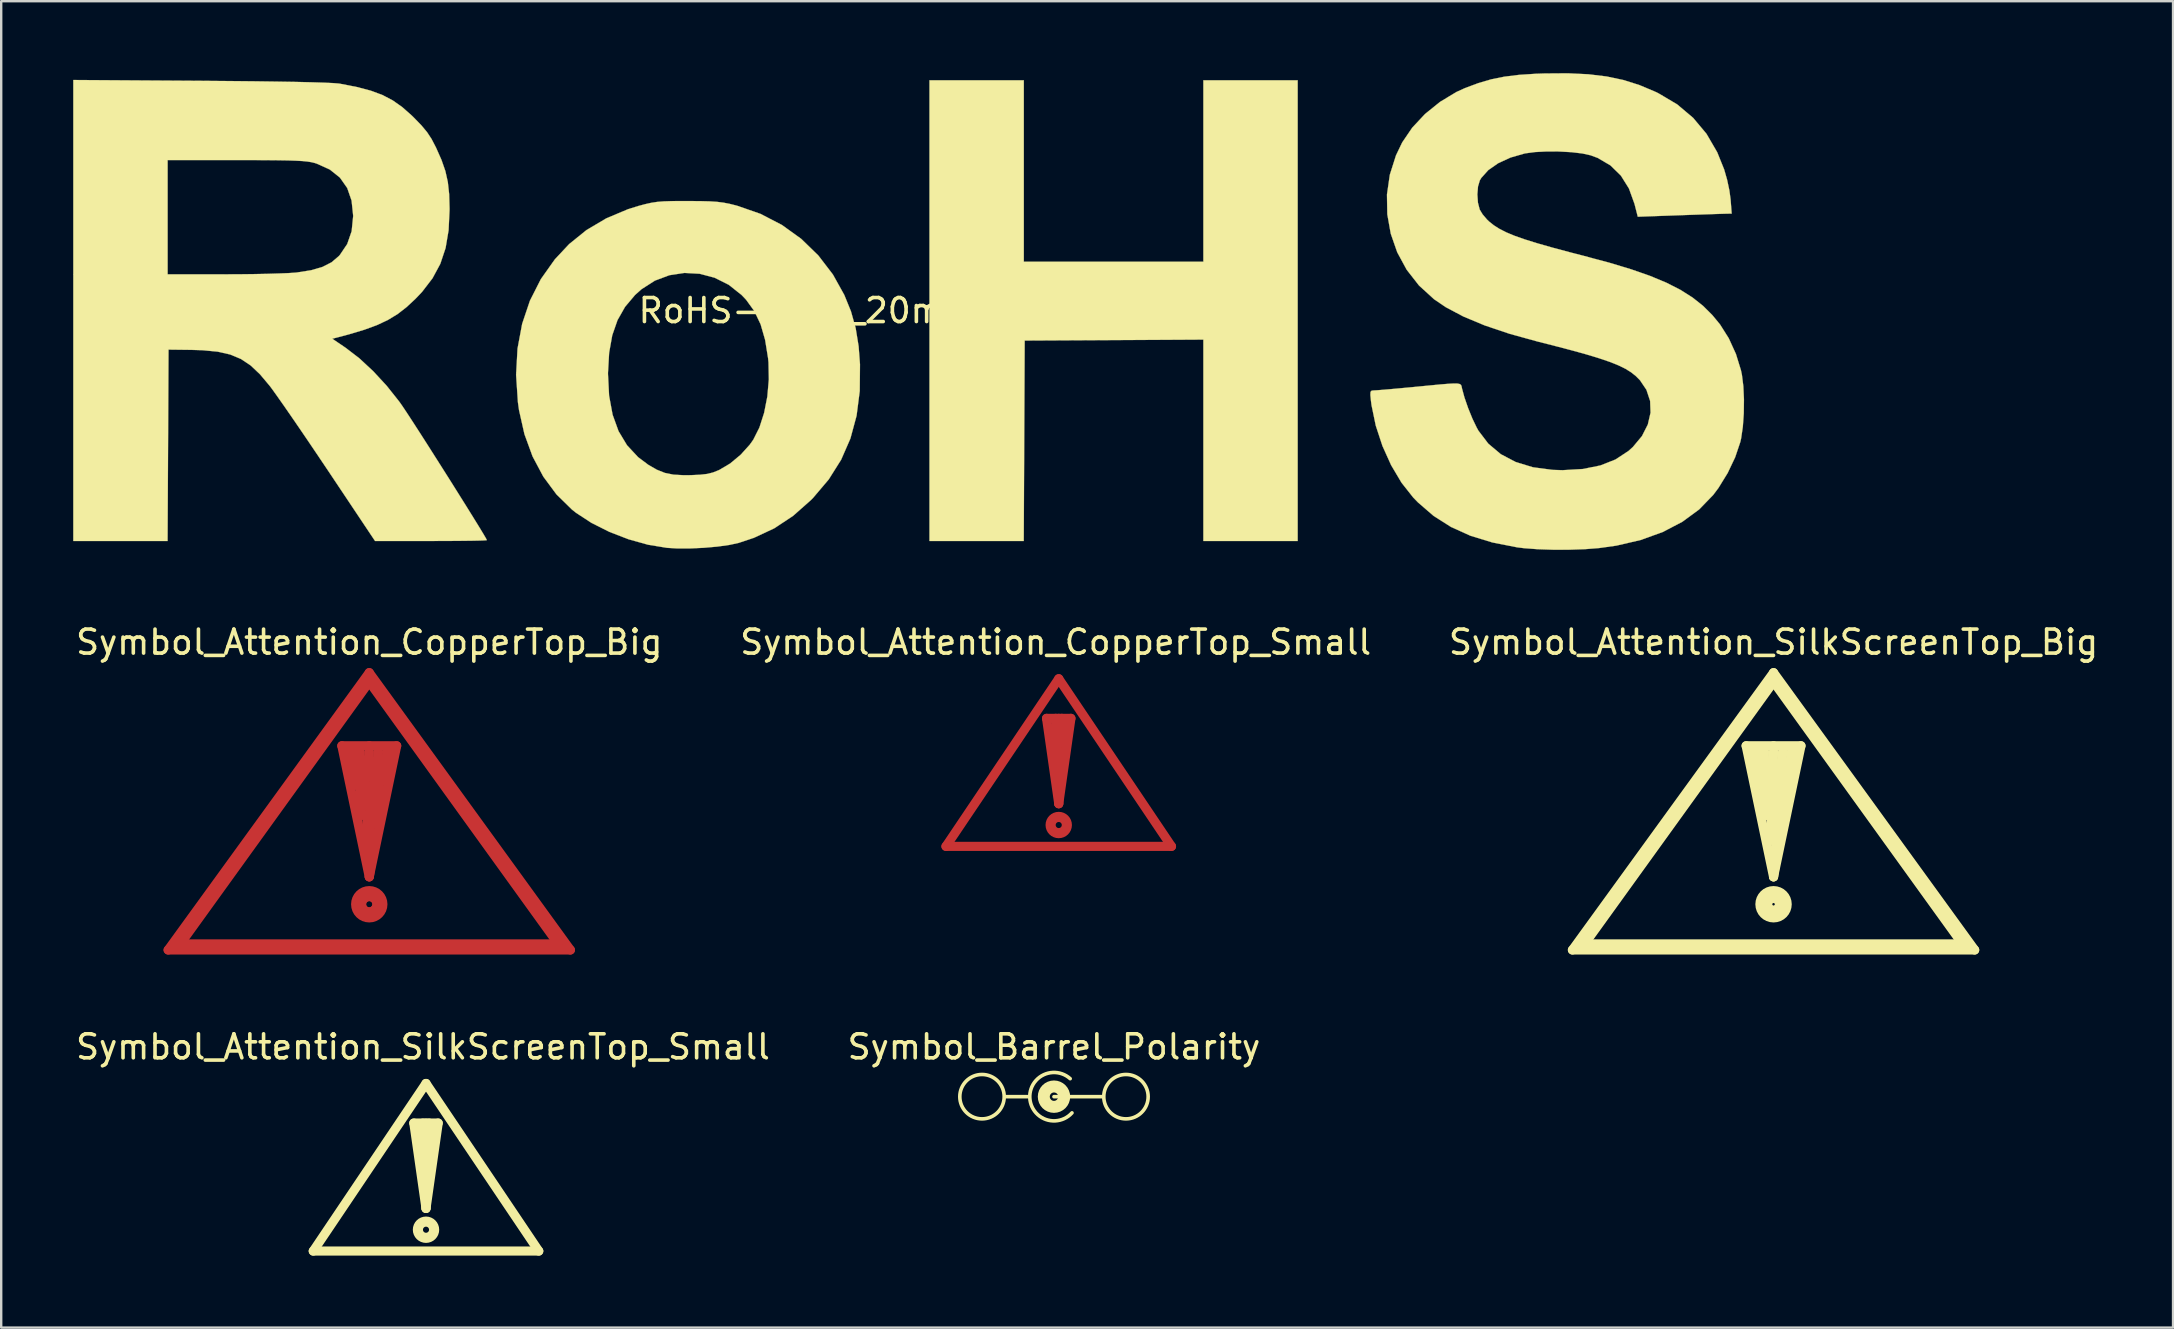
<source format=kicad_pcb>
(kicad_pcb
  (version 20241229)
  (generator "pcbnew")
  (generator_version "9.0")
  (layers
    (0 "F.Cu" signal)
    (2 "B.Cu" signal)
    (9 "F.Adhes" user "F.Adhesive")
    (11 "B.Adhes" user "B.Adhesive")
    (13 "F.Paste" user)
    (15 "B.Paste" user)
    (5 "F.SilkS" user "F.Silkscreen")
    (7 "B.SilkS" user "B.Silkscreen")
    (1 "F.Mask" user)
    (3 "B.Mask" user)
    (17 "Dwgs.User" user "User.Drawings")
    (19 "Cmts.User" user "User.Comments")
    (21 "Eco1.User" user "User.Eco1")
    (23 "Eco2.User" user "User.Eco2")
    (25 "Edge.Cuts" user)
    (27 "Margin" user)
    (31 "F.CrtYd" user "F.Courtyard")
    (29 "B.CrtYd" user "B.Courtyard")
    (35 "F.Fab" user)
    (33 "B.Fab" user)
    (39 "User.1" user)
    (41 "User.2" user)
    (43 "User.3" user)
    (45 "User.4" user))
  (footprint "RoHS-Logo_20mm_SilkScreen"
    (layer "F.Cu")
    (at 34.854 9.895)
    (property "Reference" "RoHS-Logo_20mm_SilkScreen" (at 0 0 0) (layer "F.SilkS") (effects (font (size 1 1) (thickness 0.15))))
    (attr exclude_from_pos_files exclude_from_bom)
    (fp_poly (pts (xy 4.763 -2.041) (xy 12.246 -2.041) (xy 12.246 -9.601) (xy 16.177 -9.601) (xy 16.177 9.601) (xy 12.246 9.601) (xy 12.246 1.208) (xy 8.523 1.228) (xy 4.8 1.247) (xy 4.761 9.601) (xy 0.832 9.601) (xy 0.832 -9.601) (xy 4.763 -9.601) (xy 4.763 -2.041)) (stroke (width 0.01) (type solid)) (fill yes) (layer "F.SilkS"))
    (fp_poly (pts (xy -9.223 -4.566) (xy -8.718 -4.563) (xy -8.329 -4.553) (xy -8.02 -4.533) (xy -7.757 -4.5) (xy -7.503 -4.451) (xy -7.223 -4.381) (xy -7.177 -4.368) (xy -6.21 -4.032) (xy -5.318 -3.57) (xy -4.511 -2.989) (xy -3.8 -2.298) (xy -3.193 -1.506) (xy -2.717 -0.651) (xy -2.44 0.029) (xy -2.244 0.727) (xy -2.121 1.485) (xy -2.064 2.238) (xy -2.074 3.351) (xy -2.206 4.379) (xy -2.463 5.33) (xy -2.849 6.213) (xy -3.366 7.034) (xy -4.017 7.802) (xy -4.117 7.903) (xy -4.854 8.555) (xy -5.636 9.072) (xy -6.488 9.47) (xy -7.119 9.68) (xy -7.513 9.766) (xy -8.012 9.835) (xy -8.571 9.884) (xy -9.143 9.911) (xy -9.683 9.911) (xy -10.108 9.886) (xy -10.897 9.756) (xy -11.711 9.529) (xy -12.508 9.221) (xy -13.25 8.849) (xy -13.895 8.428) (xy -14.067 8.292) (xy -14.713 7.659) (xy -15.262 6.917) (xy -15.709 6.076) (xy -16.048 5.148) (xy -16.274 4.145) (xy -16.32 3.818) (xy -16.396 2.673) (xy -16.394 2.646) (xy -12.566 2.646) (xy -12.52 3.547) (xy -12.374 4.337) (xy -12.126 5.024) (xy -11.772 5.612) (xy -11.311 6.107) (xy -10.886 6.426) (xy -10.532 6.63) (xy -10.199 6.763) (xy -9.839 6.836) (xy -9.406 6.86) (xy -9.109 6.857) (xy -8.72 6.839) (xy -8.432 6.806) (xy -8.195 6.747) (xy -7.958 6.653) (xy -7.921 6.636) (xy -7.473 6.37) (xy -7.034 6.004) (xy -6.655 5.584) (xy -6.51 5.379) (xy -6.256 4.873) (xy -6.059 4.261) (xy -5.925 3.58) (xy -5.863 2.868) (xy -5.877 2.159) (xy -5.894 1.984) (xy -6.018 1.218) (xy -6.205 0.571) (xy -6.466 0.022) (xy -6.809 -0.452) (xy -6.997 -0.65) (xy -7.533 -1.076) (xy -8.122 -1.371) (xy -8.745 -1.536) (xy -9.381 -1.571) (xy -10.01 -1.475) (xy -10.613 -1.249) (xy -11.17 -0.892) (xy -11.441 -0.649) (xy -11.855 -0.157) (xy -12.169 0.396) (xy -12.388 1.027) (xy -12.518 1.752) (xy -12.566 2.59) (xy -12.566 2.646) (xy -16.394 2.646) (xy -16.336 1.582) (xy -16.143 0.55) (xy -15.818 -0.417) (xy -15.363 -1.314) (xy -14.781 -2.136) (xy -14.185 -2.773) (xy -13.461 -3.358) (xy -12.634 -3.847) (xy -11.728 -4.228) (xy -11.295 -4.362) (xy -11.006 -4.439) (xy -10.758 -4.494) (xy -10.514 -4.531) (xy -10.24 -4.553) (xy -9.9 -4.564) (xy -9.461 -4.566) (xy -9.223 -4.566)) (stroke (width 0.01) (type solid)) (fill yes) (layer "F.SilkS"))
    (fp_poly (pts (xy -29.539 -9.577) (xy -28.351 -9.567) (xy -27.29 -9.557) (xy -26.36 -9.544) (xy -25.562 -9.531) (xy -24.901 -9.515) (xy -24.38 -9.499) (xy -24.003 -9.481) (xy -23.773 -9.462) (xy -23.737 -9.456) (xy -23.035 -9.319) (xy -22.455 -9.167) (xy -21.965 -8.985) (xy -21.537 -8.761) (xy -21.139 -8.48) (xy -20.743 -8.129) (xy -20.659 -8.047) (xy -20.34 -7.718) (xy -20.105 -7.435) (xy -19.918 -7.151) (xy -19.744 -6.816) (xy -19.734 -6.797) (xy -19.504 -6.278) (xy -19.343 -5.815) (xy -19.241 -5.358) (xy -19.186 -4.857) (xy -19.169 -4.262) (xy -19.169 -4.196) (xy -19.209 -3.349) (xy -19.334 -2.609) (xy -19.554 -1.95) (xy -19.879 -1.348) (xy -20.317 -0.778) (xy -20.593 -0.488) (xy -20.962 -0.145) (xy -21.332 0.142) (xy -21.729 0.384) (xy -22.179 0.597) (xy -22.711 0.793) (xy -23.349 0.985) (xy -23.802 1.106) (xy -24.056 1.172) (xy -23.5 1.549) (xy -22.934 1.983) (xy -22.35 2.525) (xy -21.784 3.138) (xy -21.269 3.787) (xy -21.193 3.893) (xy -21.063 4.084) (xy -20.874 4.37) (xy -20.637 4.735) (xy -20.36 5.164) (xy -20.055 5.641) (xy -19.731 6.151) (xy -19.398 6.676) (xy -19.066 7.201) (xy -18.746 7.712) (xy -18.446 8.191) (xy -18.178 8.623) (xy -17.95 8.992) (xy -17.774 9.282) (xy -17.658 9.478) (xy -17.614 9.564) (xy -17.614 9.565) (xy -17.686 9.574) (xy -17.892 9.582) (xy -18.212 9.589) (xy -18.629 9.594) (xy -19.124 9.598) (xy -19.679 9.6) (xy -19.944 9.601) (xy -22.274 9.601) (xy -24.205 6.709) (xy -24.622 6.088) (xy -25.031 5.482) (xy -25.422 4.907) (xy -25.783 4.381) (xy -26.103 3.919) (xy -26.37 3.54) (xy -26.572 3.258) (xy -26.665 3.134) (xy -27.066 2.657) (xy -27.455 2.288) (xy -27.862 2.016) (xy -28.313 1.828) (xy -28.838 1.71) (xy -29.462 1.65) (xy -29.931 1.636) (xy -30.881 1.625) (xy -30.9 5.613) (xy -30.92 9.601) (xy -34.849 9.601) (xy -34.849 -6.274) (xy -30.918 -6.274) (xy -30.918 -1.512) (xy -28.556 -1.513) (xy -27.936 -1.515) (xy -27.332 -1.522) (xy -26.77 -1.533) (xy -26.275 -1.548) (xy -25.874 -1.564) (xy -25.59 -1.583) (xy -25.533 -1.589) (xy -24.938 -1.683) (xy -24.465 -1.821) (xy -24.09 -2.012) (xy -23.789 -2.267) (xy -23.743 -2.316) (xy -23.434 -2.775) (xy -23.249 -3.308) (xy -23.187 -3.925) (xy -23.187 -3.969) (xy -23.252 -4.586) (xy -23.434 -5.11) (xy -23.736 -5.541) (xy -24.157 -5.878) (xy -24.698 -6.123) (xy -24.797 -6.155) (xy -24.926 -6.186) (xy -25.087 -6.212) (xy -25.295 -6.233) (xy -25.567 -6.248) (xy -25.918 -6.26) (xy -26.364 -6.267) (xy -26.921 -6.272) (xy -27.604 -6.274) (xy -28.06 -6.274) (xy -30.918 -6.274) (xy -34.849 -6.274) (xy -34.849 -9.611) (xy -29.539 -9.577)) (stroke (width 0.01) (type solid)) (fill yes) (layer "F.SilkS"))
    (fp_poly (pts (xy 28.289 -9.85) (xy 29.053 -9.758) (xy 29.753 -9.61) (xy 30.416 -9.401) (xy 31.069 -9.126) (xy 31.212 -9.057) (xy 31.991 -8.596) (xy 32.658 -8.033) (xy 33.214 -7.369) (xy 33.662 -6.599) (xy 33.951 -5.882) (xy 34.073 -5.455) (xy 34.169 -5.005) (xy 34.219 -4.631) (xy 34.264 -4.044) (xy 34.047 -4.04) (xy 33.91 -4.036) (xy 33.647 -4.028) (xy 33.282 -4.016) (xy 32.84 -4.001) (xy 32.347 -3.984) (xy 32.09 -3.975) (xy 30.351 -3.913) (xy 30.214 -4.448) (xy 29.982 -5.09) (xy 29.646 -5.627) (xy 29.21 -6.053) (xy 28.677 -6.365) (xy 28.386 -6.473) (xy 28.036 -6.55) (xy 27.583 -6.603) (xy 27.073 -6.631) (xy 26.552 -6.633) (xy 26.066 -6.608) (xy 25.663 -6.554) (xy 25.633 -6.548) (xy 25.046 -6.379) (xy 24.534 -6.144) (xy 24.121 -5.856) (xy 23.828 -5.529) (xy 23.768 -5.428) (xy 23.692 -5.173) (xy 23.665 -4.842) (xy 23.689 -4.499) (xy 23.763 -4.211) (xy 23.763 -4.211) (xy 23.883 -4.013) (xy 24.068 -3.796) (xy 24.158 -3.71) (xy 24.356 -3.553) (xy 24.587 -3.406) (xy 24.866 -3.264) (xy 25.208 -3.121) (xy 25.627 -2.973) (xy 26.139 -2.813) (xy 26.758 -2.636) (xy 27.499 -2.437) (xy 28.121 -2.276) (xy 29.168 -1.996) (xy 30.077 -1.721) (xy 30.865 -1.446) (xy 31.544 -1.163) (xy 32.129 -0.865) (xy 32.634 -0.545) (xy 33.073 -0.196) (xy 33.46 0.19) (xy 33.779 0.577) (xy 34.142 1.152) (xy 34.442 1.809) (xy 34.651 2.487) (xy 34.691 2.679) (xy 34.75 3.15) (xy 34.775 3.702) (xy 34.768 4.282) (xy 34.729 4.838) (xy 34.659 5.318) (xy 34.625 5.471) (xy 34.41 6.109) (xy 34.097 6.767) (xy 33.715 7.387) (xy 33.494 7.682) (xy 32.91 8.285) (xy 32.207 8.801) (xy 31.392 9.226) (xy 30.472 9.559) (xy 29.454 9.795) (xy 28.742 9.895) (xy 28.155 9.941) (xy 27.5 9.964) (xy 26.825 9.965) (xy 26.178 9.943) (xy 25.605 9.9) (xy 25.324 9.865) (xy 24.291 9.662) (xy 23.376 9.382) (xy 22.565 9.015) (xy 21.842 8.556) (xy 21.193 7.996) (xy 20.993 7.79) (xy 20.505 7.172) (xy 20.072 6.442) (xy 19.709 5.638) (xy 19.431 4.792) (xy 19.255 3.942) (xy 19.231 3.761) (xy 19.207 3.517) (xy 19.213 3.387) (xy 19.259 3.336) (xy 19.356 3.326) (xy 19.362 3.326) (xy 19.489 3.319) (xy 19.742 3.299) (xy 20.094 3.269) (xy 20.518 3.23) (xy 20.991 3.186) (xy 21.091 3.176) (xy 21.671 3.12) (xy 22.118 3.077) (xy 22.45 3.05) (xy 22.685 3.037) (xy 22.84 3.04) (xy 22.933 3.06) (xy 22.983 3.096) (xy 23.006 3.149) (xy 23.02 3.22) (xy 23.022 3.232) (xy 23.126 3.616) (xy 23.279 4.059) (xy 23.458 4.5) (xy 23.64 4.879) (xy 23.711 5.006) (xy 24.123 5.546) (xy 24.641 5.982) (xy 25.263 6.31) (xy 25.983 6.529) (xy 26.799 6.637) (xy 27.214 6.65) (xy 28.057 6.601) (xy 28.791 6.453) (xy 29.423 6.204) (xy 29.96 5.851) (xy 30.148 5.682) (xy 30.523 5.231) (xy 30.769 4.748) (xy 30.883 4.254) (xy 30.865 3.765) (xy 30.711 3.3) (xy 30.443 2.903) (xy 30.274 2.731) (xy 30.077 2.574) (xy 29.839 2.425) (xy 29.544 2.281) (xy 29.18 2.135) (xy 28.732 1.983) (xy 28.187 1.818) (xy 27.53 1.637) (xy 26.748 1.433) (xy 26.179 1.289) (xy 25.005 0.965) (xy 23.974 0.618) (xy 23.087 0.248) (xy 22.347 -0.144) (xy 21.861 -0.474) (xy 21.232 -1.048) (xy 20.719 -1.705) (xy 20.326 -2.43) (xy 20.056 -3.205) (xy 19.912 -4.013) (xy 19.898 -4.838) (xy 20.017 -5.662) (xy 20.273 -6.468) (xy 20.534 -7.011) (xy 20.95 -7.623) (xy 21.485 -8.195) (xy 22.109 -8.699) (xy 22.79 -9.11) (xy 23.149 -9.274) (xy 23.705 -9.481) (xy 24.24 -9.638) (xy 24.793 -9.75) (xy 25.402 -9.825) (xy 26.106 -9.871) (xy 26.459 -9.883) (xy 27.433 -9.89) (xy 28.289 -9.85)) (stroke (width 0.01) (type solid)) (fill yes) (layer "F.SilkS")))
  (footprint "Symbol_Attention_CopperTop_Big"
    (layer "F.Cu")
    (at 12.339 31.841)
    (property "Reference" "Symbol_Attention_CopperTop_Big" (at 0 -8.128 0) (layer "F.SilkS") (effects (font (size 1 1) (thickness 0.15))))
    (attr exclude_from_pos_files exclude_from_bom)
    (fp_line (start -8.382 4.699) (end 0 -6.858) (stroke (width 0.381) (type solid)) (layer "F.Cu"))
    (fp_line (start -7.874 4.445) (end 0 -6.477) (stroke (width 0.381) (type solid)) (layer "F.Cu"))
    (fp_line (start -1.143 -3.81) (end 0 -3.81) (stroke (width 0.381) (type solid)) (layer "F.Cu"))
    (fp_line (start -0.889 -3.556) (end -0.508 -2.159) (stroke (width 0.381) (type solid)) (layer "F.Cu"))
    (fp_line (start -0.508 -2.159) (end -0.635 -3.429) (stroke (width 0.381) (type solid)) (layer "F.Cu"))
    (fp_line (start -0.381 -3.556) (end -0.889 -3.556) (stroke (width 0.381) (type solid)) (layer "F.Cu"))
    (fp_line (start -0.381 -0.889) (end -0.381 -3.556) (stroke (width 0.381) (type solid)) (layer "F.Cu"))
    (fp_line (start -0.127 0.127) (end 0 -3.556) (stroke (width 0.381) (type solid)) (layer "F.Cu"))
    (fp_line (start 0 -6.858) (end 8.382 4.699) (stroke (width 0.381) (type solid)) (layer "F.Cu"))
    (fp_line (start 0 -6.477) (end 7.874 4.445) (stroke (width 0.381) (type solid)) (layer "F.Cu"))
    (fp_line (start 0 -3.81) (end 1.143 -3.81) (stroke (width 0.381) (type solid)) (layer "F.Cu"))
    (fp_line (start 0 -3.556) (end -0.381 -0.889) (stroke (width 0.381) (type solid)) (layer "F.Cu"))
    (fp_line (start 0 1.524) (end 0.381 -3.556) (stroke (width 0.381) (type solid)) (layer "F.Cu"))
    (fp_line (start 0 1.651) (end -1.143 -3.81) (stroke (width 0.381) (type solid)) (layer "F.Cu"))
    (fp_line (start 0 1.651) (end 0.762 -3.683) (stroke (width 0.381) (type solid)) (layer "F.Cu"))
    (fp_line (start 0.381 -3.556) (end -0.127 0.127) (stroke (width 0.381) (type solid)) (layer "F.Cu"))
    (fp_line (start 1.143 -3.81) (end 0 1.651) (stroke (width 0.381) (type solid)) (layer "F.Cu"))
    (fp_line (start 7.874 4.445) (end -7.874 4.445) (stroke (width 0.381) (type solid)) (layer "F.Cu"))
    (fp_line (start 8.382 4.699) (end -8.382 4.699) (stroke (width 0.381) (type solid)) (layer "F.Cu"))
    (fp_circle (center 0 2.794) (end 0 2.921) (stroke (width 0.381) (type solid)) (fill no) (layer "F.Cu"))
    (fp_circle (center 0 2.794) (end 0.25 3) (stroke (width 0.381) (type solid)) (fill no) (layer "F.Cu"))
    (fp_circle (center 0 2.794) (end 0.254 3.302) (stroke (width 0.381) (type solid)) (fill no) (layer "F.Cu")))
  (footprint "Symbol_Attention_CopperTop_Small"
    (layer "F.Cu")
    (at 41.073 29.428)
    (property "Reference" "Symbol_Attention_CopperTop_Small" (at -0.127 -5.715 0) (layer "F.SilkS") (effects (font (size 1 1) (thickness 0.15))))
    (attr exclude_from_pos_files exclude_from_bom)
    (fp_line (start -4.699 2.794) (end 0 -4.191) (stroke (width 0.381) (type solid)) (layer "F.Cu"))
    (fp_line (start -0.508 -2.54) (end 0 -2.54) (stroke (width 0.381) (type solid)) (layer "F.Cu"))
    (fp_line (start 0 -4.191) (end 4.699 2.794) (stroke (width 0.381) (type solid)) (layer "F.Cu"))
    (fp_line (start 0 -2.54) (end 0.508 -2.54) (stroke (width 0.381) (type solid)) (layer "F.Cu"))
    (fp_line (start 0 0.889) (end 0.127 -2.54) (stroke (width 0.381) (type solid)) (layer "F.Cu"))
    (fp_line (start 0 1.016) (end -0.508 -2.54) (stroke (width 0.381) (type solid)) (layer "F.Cu"))
    (fp_line (start 0 1.016) (end -0.127 -2.54) (stroke (width 0.381) (type solid)) (layer "F.Cu"))
    (fp_line (start 0.508 -2.54) (end 0 1.016) (stroke (width 0.381) (type solid)) (layer "F.Cu"))
    (fp_line (start 4.699 2.794) (end -4.699 2.794) (stroke (width 0.381) (type solid)) (layer "F.Cu"))
    (fp_circle (center 0 1.905) (end 0 2.032) (stroke (width 0.381) (type solid)) (fill no) (layer "F.Cu"))
    (fp_circle (center 0 1.905) (end 0.254 2.159) (stroke (width 0.381) (type solid)) (fill no) (layer "F.Cu")))
  (footprint "Symbol_Barrel_Polarity"
    (layer "F.Cu")
    (at 40.875 42.579)
    (property "Reference" "Symbol_Barrel_Polarity" (at 0 -2 0) (layer "F.SilkS") (effects (font (size 1 1) (thickness 0.15))))
    (attr through_hole)
    (fp_line (start -2 0.075) (end -1.1 0.075) (stroke (width 0.15) (type solid)) (layer "F.SilkS"))
    (fp_line (start 0 0.075) (end 2 0.075) (stroke (width 0.15) (type solid)) (layer "F.SilkS"))
    (fp_arc (start 0.75 0.75) (mid -1.007627 0.128033) (end 0.675 -0.675) (stroke (width 0.15) (type solid)) (layer "F.SilkS"))
    (fp_circle (center -3 0.075) (end -3 1) (stroke (width 0.15) (type solid)) (fill no) (layer "F.SilkS"))
    (fp_circle (center 0 0.075) (end 0 0.25) (stroke (width 0.5) (type solid)) (fill no) (layer "F.SilkS"))
    (fp_circle (center 3 0.075) (end 3 1) (stroke (width 0.15) (type solid)) (fill no) (layer "F.SilkS")))
  (footprint "Symbol_Attention_SilkScreenTop_Small"
    (layer "F.Cu")
    (at 14.704 46.294)
    (property "Reference" "Symbol_Attention_SilkScreenTop_Small" (at -0.127 -5.715 0) (layer "F.SilkS") (effects (font (size 1 1) (thickness 0.15))))
    (attr exclude_from_pos_files exclude_from_bom)
    (fp_line (start -4.699 2.794) (end 0 -4.191) (stroke (width 0.381) (type solid)) (layer "F.SilkS"))
    (fp_line (start -0.508 -2.54) (end 0 -2.54) (stroke (width 0.381) (type solid)) (layer "F.SilkS"))
    (fp_line (start 0 -4.191) (end 4.699 2.794) (stroke (width 0.381) (type solid)) (layer "F.SilkS"))
    (fp_line (start 0 -2.54) (end 0.508 -2.54) (stroke (width 0.381) (type solid)) (layer "F.SilkS"))
    (fp_line (start 0 0.889) (end 0.127 -2.54) (stroke (width 0.381) (type solid)) (layer "F.SilkS"))
    (fp_line (start 0 1.016) (end -0.508 -2.54) (stroke (width 0.381) (type solid)) (layer "F.SilkS"))
    (fp_line (start 0 1.016) (end -0.127 -2.54) (stroke (width 0.381) (type solid)) (layer "F.SilkS"))
    (fp_line (start 0.508 -2.54) (end 0 1.016) (stroke (width 0.381) (type solid)) (layer "F.SilkS"))
    (fp_line (start 4.699 2.794) (end -4.699 2.794) (stroke (width 0.381) (type solid)) (layer "F.SilkS"))
    (fp_circle (center 0 1.905) (end 0 2.032) (stroke (width 0.381) (type solid)) (fill no) (layer "F.SilkS"))
    (fp_circle (center 0 1.905) (end 0.254 2.159) (stroke (width 0.381) (type solid)) (fill no) (layer "F.SilkS")))
  (footprint "Symbol_Attention_SilkScreenTop_Big"
    (layer "F.Cu")
    (at 70.863 31.841)
    (property "Reference" "Symbol_Attention_SilkScreenTop_Big" (at 0 -8.128 0) (layer "F.SilkS") (effects (font (size 1 1) (thickness 0.15))))
    (attr exclude_from_pos_files exclude_from_bom)
    (fp_line (start -8.382 4.699) (end 0 -6.858) (stroke (width 0.381) (type solid)) (layer "F.SilkS"))
    (fp_line (start -7.874 4.445) (end 0 -6.477) (stroke (width 0.381) (type solid)) (layer "F.SilkS"))
    (fp_line (start -1.143 -3.81) (end 0 -3.81) (stroke (width 0.381) (type solid)) (layer "F.SilkS"))
    (fp_line (start -0.889 -3.556) (end -0.508 -2.159) (stroke (width 0.381) (type solid)) (layer "F.SilkS"))
    (fp_line (start -0.508 -2.159) (end -0.635 -3.429) (stroke (width 0.381) (type solid)) (layer "F.SilkS"))
    (fp_line (start -0.381 -3.556) (end -0.889 -3.556) (stroke (width 0.381) (type solid)) (layer "F.SilkS"))
    (fp_line (start -0.381 -0.889) (end -0.381 -3.556) (stroke (width 0.381) (type solid)) (layer "F.SilkS"))
    (fp_line (start -0.127 0.127) (end 0 -3.556) (stroke (width 0.381) (type solid)) (layer "F.SilkS"))
    (fp_line (start 0 -6.858) (end 8.382 4.699) (stroke (width 0.381) (type solid)) (layer "F.SilkS"))
    (fp_line (start 0 -6.477) (end 7.874 4.445) (stroke (width 0.381) (type solid)) (layer "F.SilkS"))
    (fp_line (start 0 -3.81) (end 1.143 -3.81) (stroke (width 0.381) (type solid)) (layer "F.SilkS"))
    (fp_line (start 0 -3.556) (end -0.381 -0.889) (stroke (width 0.381) (type solid)) (layer "F.SilkS"))
    (fp_line (start 0 1.524) (end 0.381 -3.556) (stroke (width 0.381) (type solid)) (layer "F.SilkS"))
    (fp_line (start 0 1.651) (end -1.143 -3.81) (stroke (width 0.381) (type solid)) (layer "F.SilkS"))
    (fp_line (start 0 1.651) (end 0.762 -3.683) (stroke (width 0.381) (type solid)) (layer "F.SilkS"))
    (fp_line (start 0.381 -3.556) (end -0.127 0.127) (stroke (width 0.381) (type solid)) (layer "F.SilkS"))
    (fp_line (start 1.143 -3.81) (end 0 1.651) (stroke (width 0.381) (type solid)) (layer "F.SilkS"))
    (fp_line (start 7.874 4.445) (end -7.874 4.445) (stroke (width 0.381) (type solid)) (layer "F.SilkS"))
    (fp_line (start 8.382 4.699) (end -8.382 4.699) (stroke (width 0.381) (type solid)) (layer "F.SilkS"))
    (fp_circle (center 0 2.794) (end 0 2.921) (stroke (width 0.381) (type solid)) (fill no) (layer "F.SilkS"))
    (fp_circle (center 0 2.794) (end 0.127 3) (stroke (width 0.381) (type solid)) (fill no) (layer "F.SilkS"))
    (fp_circle (center 0 2.794) (end 0.254 3.302) (stroke (width 0.381) (type solid)) (fill no) (layer "F.SilkS")))
  (gr_rect
    (start -3 -3)
    (end 87.512 52.279)
    (stroke (width 0.1) (type default))
    (fill no)
    (layer "Edge.Cuts")))
</source>
